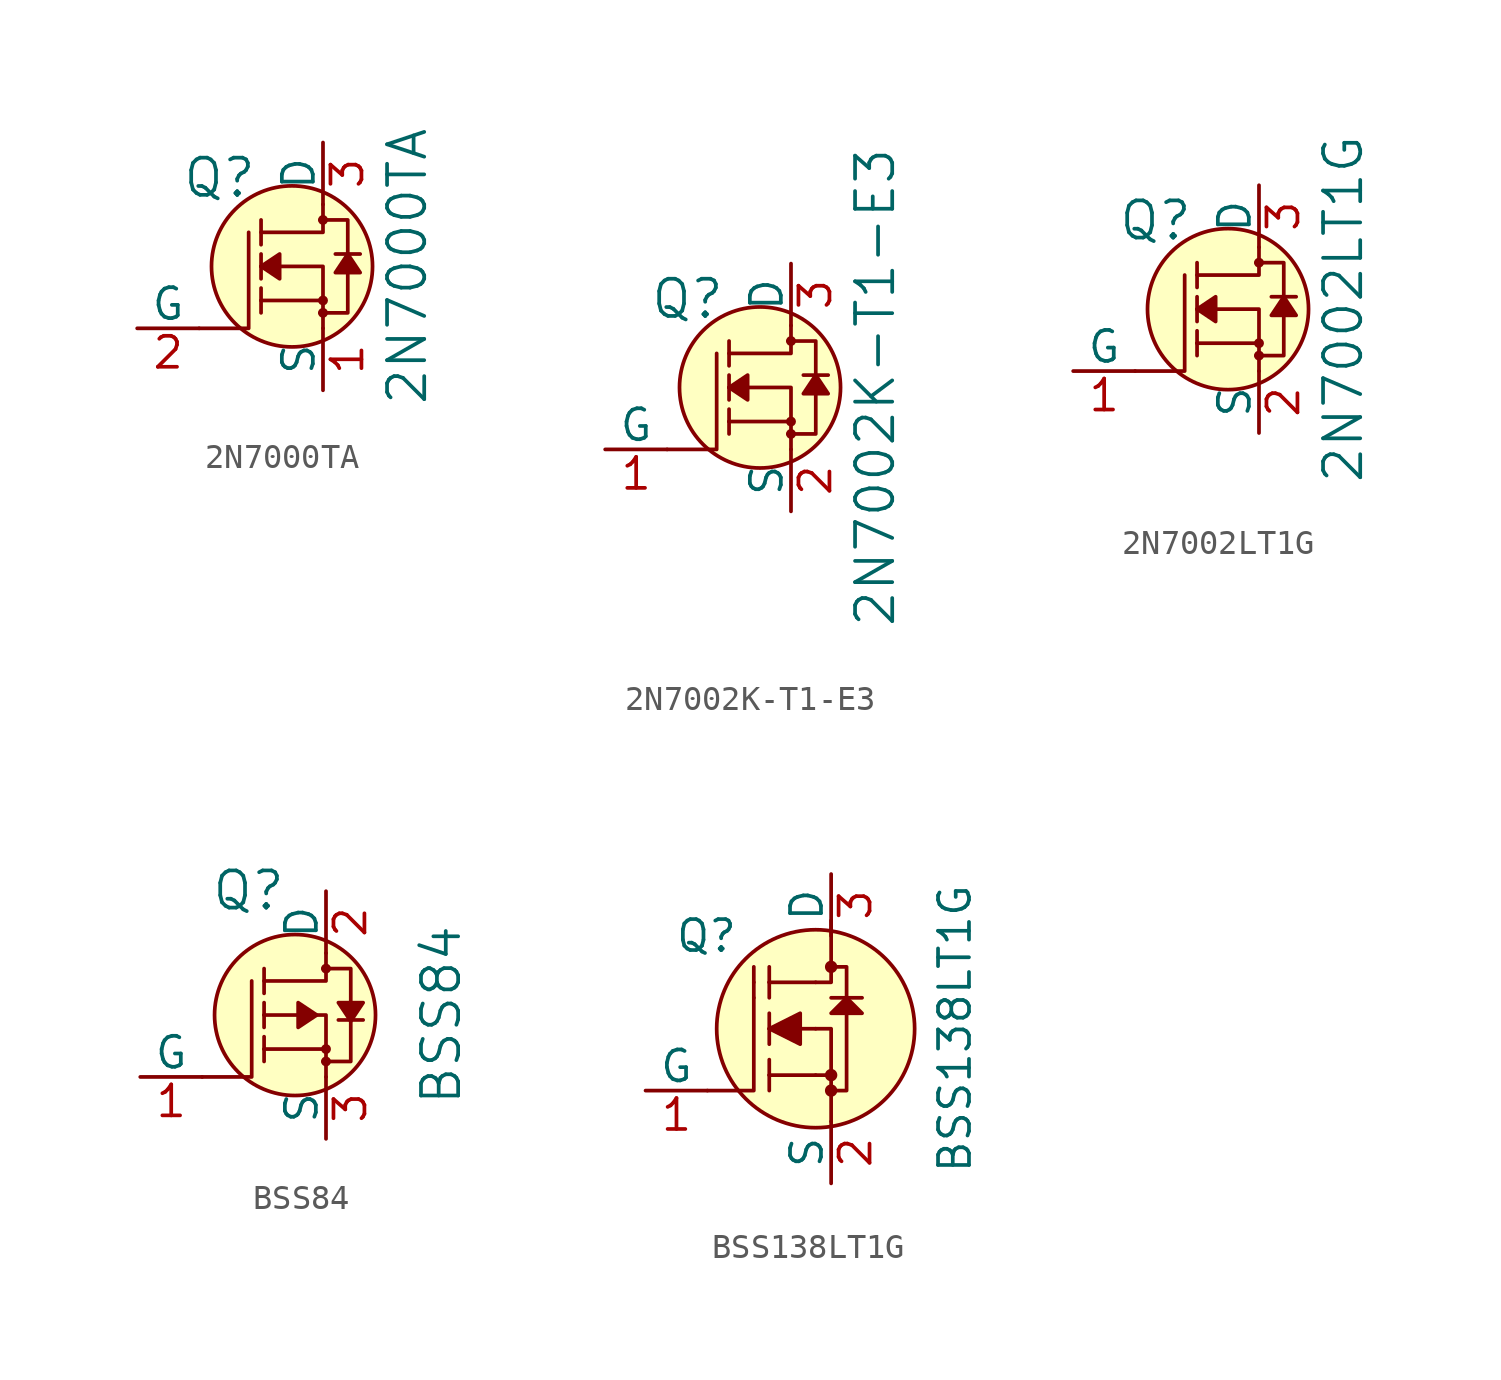
<source format=kicad_sym>
(kicad_symbol_lib
  (version 20231120)
  (generator "kicad_symbol_editor")
  (generator_version "8.0")
  (symbol "2N7000TA"
    (pin_names
      (offset 0))
    (property "Reference" "Q"
      (at -2.692 3.632 0)
      (effects (font (size 1.524 1.524)) (justify right)))
    (property "Value" "2N7000TA"
      (at 3.454 0 90)
      (effects (font (size 1.524 1.524))))
    (symbol "2N7000TA_0_1"
      (circle (center -1.27 0) (radius 3.302) (stroke (width 0) (type default)) (fill (type background)))
      (circle (center 0 -1.905) (radius 0.127) (stroke (width 0) (type default)) (fill (type none)))
      (circle (center 0 -1.397) (radius 0.127) (stroke (width 0) (type default)) (fill (type none)))
      (polyline (pts (xy 0 -1.397) (xy -2.54 -1.397)) (stroke (width 0) (type default)) (fill (type none)))
      (polyline (pts (xy -5.08 -2.54) (xy -3.048 -2.54) (xy -3.048 1.397)) (stroke (width 0) (type default)) (fill (type none)))
      (polyline (pts (xy 0 -2.54) (xy 0 0) (xy -2.54 0)) (stroke (width 0) (type default)) (fill (type none)))
      (polyline (pts (xy 0 2.54) (xy 0 1.397) (xy -2.54 1.397)) (stroke (width 0) (type default)) (fill (type none)))
      (polyline (pts (xy -0.127 -1.905) (xy 1.016 -1.905) (xy 1.016 1.397) (xy 1.016 1.905) (xy -0.127 1.905)) (stroke (width 0) (type default)) (fill (type none)))
      (circle (center 0 1.905) (radius 0.127) (stroke (width 0) (type default)) (fill (type none))))
    (symbol "2N7000TA_1_1"
      (polyline (pts (xy -2.54 -1.397) (xy -2.54 -1.905)) (stroke (width 0) (type default)) (fill (type none)))
      (polyline (pts (xy -2.54 -1.397) (xy -2.54 -0.889)) (stroke (width 0) (type default)) (fill (type none)))
      (polyline (pts (xy -2.54 0) (xy -2.54 -0.508)) (stroke (width 0) (type default)) (fill (type none)))
      (polyline (pts (xy -2.54 0) (xy -2.54 0.508)) (stroke (width 0) (type default)) (fill (type none)))
      (polyline (pts (xy -2.54 1.905) (xy -2.54 0.889)) (stroke (width 0) (type default)) (fill (type none)))
      (polyline (pts (xy 1.524 0.508) (xy 0.508 0.508)) (stroke (width 0) (type default)) (fill (type none)))
      (polyline (pts (xy -2.54 0) (xy -1.778 0.508) (xy -1.778 -0.508) (xy -2.54 0)) (stroke (width 0) (type default)) (fill (type outline)))
      (polyline (pts (xy 1.016 0.508) (xy 0.508 -0.254) (xy 1.524 -0.254) (xy 1.016 0.508)) (stroke (width 0) (type default)) (fill (type outline)))
      (pin bidirectional line (at 0 -5.08 90) (length 2.54) (name "S" (effects (font (size 1.27 1.27)))) (number "1" (effects (font (size 1.27 1.27)))))
      (pin bidirectional line (at -7.62 -2.54 0) (length 2.54) (name "G" (effects (font (size 1.27 1.27)))) (number "2" (effects (font (size 1.27 1.27)))))
      (pin bidirectional line (at 0 5.08 270) (length 2.54) (name "D" (effects (font (size 1.27 1.27)))) (number "3" (effects (font (size 1.27 1.27)))))))
  (symbol "2N7002K-T1-E3"
    (pin_names
      (offset 0))
    (property "Reference" "Q"
      (at -2.692 3.632 0)
      (effects (font (size 1.524 1.524)) (justify right)))
    (property "Value" "2N7002K-T1-E3"
      (at 3.454 0 90)
      (effects (font (size 1.524 1.524))))
    (symbol "2N7002K-T1-E3_0_1"
      (circle (center -1.27 0) (radius 3.302) (stroke (width 0) (type default)) (fill (type background)))
      (circle (center 0 -1.905) (radius 0.127) (stroke (width 0) (type default)) (fill (type none)))
      (circle (center 0 -1.397) (radius 0.127) (stroke (width 0) (type default)) (fill (type none)))
      (polyline (pts (xy 0 -1.397) (xy -2.54 -1.397)) (stroke (width 0) (type default)) (fill (type none)))
      (polyline (pts (xy -5.08 -2.54) (xy -3.048 -2.54) (xy -3.048 1.397)) (stroke (width 0) (type default)) (fill (type none)))
      (polyline (pts (xy 0 -2.54) (xy 0 0) (xy -2.54 0)) (stroke (width 0) (type default)) (fill (type none)))
      (polyline (pts (xy 0 2.54) (xy 0 1.397) (xy -2.54 1.397)) (stroke (width 0) (type default)) (fill (type none)))
      (polyline (pts (xy -0.127 -1.905) (xy 1.016 -1.905) (xy 1.016 1.397) (xy 1.016 1.905) (xy -0.127 1.905)) (stroke (width 0) (type default)) (fill (type none)))
      (circle (center 0 1.905) (radius 0.127) (stroke (width 0) (type default)) (fill (type none))))
    (symbol "2N7002K-T1-E3_1_1"
      (polyline (pts (xy -2.54 -1.397) (xy -2.54 -1.905)) (stroke (width 0) (type default)) (fill (type none)))
      (polyline (pts (xy -2.54 -1.397) (xy -2.54 -0.889)) (stroke (width 0) (type default)) (fill (type none)))
      (polyline (pts (xy -2.54 0) (xy -2.54 -0.508)) (stroke (width 0) (type default)) (fill (type none)))
      (polyline (pts (xy -2.54 0) (xy -2.54 0.508)) (stroke (width 0) (type default)) (fill (type none)))
      (polyline (pts (xy -2.54 1.905) (xy -2.54 0.889)) (stroke (width 0) (type default)) (fill (type none)))
      (polyline (pts (xy 1.524 0.508) (xy 0.508 0.508)) (stroke (width 0) (type default)) (fill (type none)))
      (polyline (pts (xy -2.54 0) (xy -1.778 0.508) (xy -1.778 -0.508) (xy -2.54 0)) (stroke (width 0) (type default)) (fill (type outline)))
      (polyline (pts (xy 1.016 0.508) (xy 0.508 -0.254) (xy 1.524 -0.254) (xy 1.016 0.508)) (stroke (width 0) (type default)) (fill (type outline)))
      (pin bidirectional line (at -7.62 -2.54 0) (length 2.54) (name "G" (effects (font (size 1.27 1.27)))) (number "1" (effects (font (size 1.27 1.27)))))
      (pin bidirectional line (at 0 -5.08 90) (length 2.54) (name "S" (effects (font (size 1.27 1.27)))) (number "2" (effects (font (size 1.27 1.27)))))
      (pin bidirectional line (at 0 5.08 270) (length 2.54) (name "D" (effects (font (size 1.27 1.27)))) (number "3" (effects (font (size 1.27 1.27)))))))
  (symbol "2N7002LT1G"
    (pin_names
      (offset 0))
    (property "Reference" "Q"
      (at -2.692 3.632 0)
      (effects (font (size 1.524 1.524)) (justify right)))
    (property "Value" "2N7002LT1G"
      (at 3.454 0 90)
      (effects (font (size 1.524 1.524))))
    (symbol "2N7002LT1G_0_1"
      (circle (center -1.27 0) (radius 3.302) (stroke (width 0) (type default)) (fill (type background)))
      (circle (center 0 -1.905) (radius 0.127) (stroke (width 0) (type default)) (fill (type none)))
      (circle (center 0 -1.397) (radius 0.127) (stroke (width 0) (type default)) (fill (type none)))
      (polyline (pts (xy 0 -1.397) (xy -2.54 -1.397)) (stroke (width 0) (type default)) (fill (type none)))
      (polyline (pts (xy -5.08 -2.54) (xy -3.048 -2.54) (xy -3.048 1.397)) (stroke (width 0) (type default)) (fill (type none)))
      (polyline (pts (xy 0 -2.54) (xy 0 0) (xy -2.54 0)) (stroke (width 0) (type default)) (fill (type none)))
      (polyline (pts (xy 0 2.54) (xy 0 1.397) (xy -2.54 1.397)) (stroke (width 0) (type default)) (fill (type none)))
      (polyline (pts (xy -0.127 -1.905) (xy 1.016 -1.905) (xy 1.016 1.397) (xy 1.016 1.905) (xy -0.127 1.905)) (stroke (width 0) (type default)) (fill (type none)))
      (circle (center 0 1.905) (radius 0.127) (stroke (width 0) (type default)) (fill (type none))))
    (symbol "2N7002LT1G_1_1"
      (polyline (pts (xy -2.54 -1.397) (xy -2.54 -1.905)) (stroke (width 0) (type default)) (fill (type none)))
      (polyline (pts (xy -2.54 -1.397) (xy -2.54 -0.889)) (stroke (width 0) (type default)) (fill (type none)))
      (polyline (pts (xy -2.54 0) (xy -2.54 -0.508)) (stroke (width 0) (type default)) (fill (type none)))
      (polyline (pts (xy -2.54 0) (xy -2.54 0.508)) (stroke (width 0) (type default)) (fill (type none)))
      (polyline (pts (xy -2.54 1.905) (xy -2.54 0.889)) (stroke (width 0) (type default)) (fill (type none)))
      (polyline (pts (xy 1.524 0.508) (xy 0.508 0.508)) (stroke (width 0) (type default)) (fill (type none)))
      (polyline (pts (xy -2.54 0) (xy -1.778 0.508) (xy -1.778 -0.508) (xy -2.54 0)) (stroke (width 0) (type default)) (fill (type outline)))
      (polyline (pts (xy 1.016 0.508) (xy 0.508 -0.254) (xy 1.524 -0.254) (xy 1.016 0.508)) (stroke (width 0) (type default)) (fill (type outline)))
      (pin bidirectional line (at -7.62 -2.54 0) (length 2.54) (name "G" (effects (font (size 1.27 1.27)))) (number "1" (effects (font (size 1.27 1.27)))))
      (pin bidirectional line (at 0 -5.08 90) (length 2.54) (name "S" (effects (font (size 1.27 1.27)))) (number "2" (effects (font (size 1.27 1.27)))))
      (pin bidirectional line (at 0 5.08 270) (length 2.54) (name "D" (effects (font (size 1.27 1.27)))) (number "3" (effects (font (size 1.27 1.27)))))))
  (symbol "BSS84"
    (pin_names
      (offset 0))
    (property "Reference" "Q"
      (at -1.626 5.105 0)
      (effects (font (size 1.524 1.524)) (justify right)))
    (property "Value" "BSS84"
      (at 4.724 0 90)
      (effects (font (size 1.524 1.524))))
    (symbol "BSS84_0_1"
      (circle (center -1.27 0) (radius 3.302) (stroke (width 0) (type default)) (fill (type background)))
      (circle (center 0 -1.905) (radius 0.127) (stroke (width 0) (type default)) (fill (type none)))
      (circle (center 0 -1.397) (radius 0.127) (stroke (width 0) (type default)) (fill (type none)))
      (polyline (pts (xy 0 -1.397) (xy -2.54 -1.397)) (stroke (width 0) (type default)) (fill (type none)))
      (polyline (pts (xy -5.08 -2.54) (xy -3.048 -2.54) (xy -3.048 1.397)) (stroke (width 0) (type default)) (fill (type none)))
      (polyline (pts (xy 0 -2.54) (xy 0 0) (xy -2.54 0)) (stroke (width 0) (type default)) (fill (type none)))
      (polyline (pts (xy 0 2.54) (xy 0 1.397) (xy -2.54 1.397)) (stroke (width 0) (type default)) (fill (type none)))
      (polyline (pts (xy -0.127 -1.905) (xy 1.016 -1.905) (xy 1.016 1.397) (xy 1.016 1.905) (xy -0.127 1.905)) (stroke (width 0) (type default)) (fill (type none)))
      (circle (center 0 1.905) (radius 0.127) (stroke (width 0) (type default)) (fill (type none))))
    (symbol "BSS84_1_1"
      (polyline (pts (xy -2.54 -1.397) (xy -2.54 -1.905)) (stroke (width 0) (type default)) (fill (type none)))
      (polyline (pts (xy -2.54 -1.397) (xy -2.54 -0.889)) (stroke (width 0) (type default)) (fill (type none)))
      (polyline (pts (xy -2.54 0) (xy -2.54 -0.508)) (stroke (width 0) (type default)) (fill (type none)))
      (polyline (pts (xy -2.54 0) (xy -2.54 0.508)) (stroke (width 0) (type default)) (fill (type none)))
      (polyline (pts (xy -2.54 1.905) (xy -2.54 0.889)) (stroke (width 0) (type default)) (fill (type none)))
      (polyline (pts (xy 1.524 -0.203) (xy 0.508 -0.203)) (stroke (width 0) (type default)) (fill (type none)))
      (polyline (pts (xy -0.381 0) (xy -1.143 0.508) (xy -1.143 -0.508) (xy -0.381 0)) (stroke (width 0) (type default)) (fill (type outline)))
      (polyline (pts (xy 1.016 -0.254) (xy 1.524 0.508) (xy 0.508 0.508) (xy 1.016 -0.254)) (stroke (width 0) (type default)) (fill (type outline)))
      (pin bidirectional line (at -7.62 -2.54 0) (length 2.54) (name "G" (effects (font (size 1.27 1.27)))) (number "1" (effects (font (size 1.27 1.27)))))
      (pin bidirectional line (at 0 5.08 270) (length 2.54) (name "D" (effects (font (size 1.27 1.27)))) (number "2" (effects (font (size 1.27 1.27)))))
      (pin bidirectional line (at 0 -5.08 90) (length 2.54) (name "S" (effects (font (size 1.27 1.27)))) (number "3" (effects (font (size 1.27 1.27)))))))
  (symbol "BSS138LT1G"
    (pin_names
      (offset 0))
    (property "Reference" "Q"
      (at -3.81 3.81 0)
      (effects (font (size 1.27 1.27)) (justify right)))
    (property "Value" "BSS138LT1G"
      (at 5.08 0 90)
      (effects (font (size 1.27 1.27))))
    (symbol "BSS138LT1G_0_1"
      (circle (center 0 -2.54) (radius 0.178) (stroke (width 0) (type default)) (fill (type outline)))
      (circle (center 0 -1.905) (radius 0.178) (stroke (width 0) (type default)) (fill (type outline)))
      (polyline (pts (xy -3.175 1.905) (xy -3.175 1.27)) (stroke (width 0) (type default)) (fill (type none)))
      (polyline (pts (xy -3.175 1.905) (xy -3.175 2.54)) (stroke (width 0) (type default)) (fill (type none)))
      (polyline (pts (xy -2.54 -2.54) (xy -2.54 -1.905)) (stroke (width 0) (type default)) (fill (type none)))
      (polyline (pts (xy -2.54 -1.905) (xy -2.54 -1.27)) (stroke (width 0) (type default)) (fill (type none)))
      (polyline (pts (xy -2.54 -1.905) (xy -0.635 -1.905)) (stroke (width 0) (type default)) (fill (type none)))
      (polyline (pts (xy -2.54 -0.635) (xy -2.54 0)) (stroke (width 0) (type default)) (fill (type none)))
      (polyline (pts (xy -2.54 0) (xy -2.54 0.635)) (stroke (width 0) (type default)) (fill (type none)))
      (polyline (pts (xy -2.54 0) (xy -0.635 0)) (stroke (width 0) (type default)) (fill (type none)))
      (polyline (pts (xy -2.54 1.27) (xy -2.54 1.905)) (stroke (width 0) (type default)) (fill (type none)))
      (polyline (pts (xy -2.54 1.905) (xy -2.54 2.54)) (stroke (width 0) (type default)) (fill (type none)))
      (polyline (pts (xy -2.54 1.905) (xy -0.635 1.905)) (stroke (width 0) (type default)) (fill (type none)))
      (polyline (pts (xy -0.635 -1.905) (xy 0 -1.905)) (stroke (width 0) (type default)) (fill (type none)))
      (polyline (pts (xy 0 1.27) (xy 1.27 1.27)) (stroke (width 0) (type default)) (fill (type none)))
      (polyline (pts (xy -5.08 -2.54) (xy -3.175 -2.54) (xy -3.175 1.27)) (stroke (width 0) (type default)) (fill (type none)))
      (polyline (pts (xy -0.635 0) (xy 0 0) (xy 0 -3.81)) (stroke (width 0) (type default)) (fill (type none)))
      (polyline (pts (xy -0.635 1.905) (xy 0 1.905) (xy 0 4.445)) (stroke (width 0) (type default)) (fill (type none)))
      (polyline (pts (xy -2.54 0) (xy -1.27 -0.635) (xy -1.27 0.635) (xy -2.54 0)) (stroke (width 0) (type default)) (fill (type outline)))
      (polyline (pts (xy 0 2.54) (xy 0.635 2.54) (xy 0.635 -2.54) (xy 0 -2.54)) (stroke (width 0) (type default)) (fill (type none)))
      (polyline (pts (xy 0.635 1.27) (xy 0 0.635) (xy 1.27 0.635) (xy 0.635 1.27)) (stroke (width 0) (type default)) (fill (type outline)))
      (circle (center 0 2.54) (radius 0.178) (stroke (width 0) (type default)) (fill (type outline))))
    (symbol "BSS138LT1G_1_1"
      (circle (center -0.635 0) (radius 4.064) (stroke (width 0) (type default)) (fill (type background)))
      (pin bidirectional line (at -7.62 -2.54 0) (length 2.54) (name "G" (effects (font (size 1.27 1.27)))) (number "1" (effects (font (size 1.27 1.27)))))
      (pin bidirectional line (at 0 -6.35 90) (length 2.54) (name "S" (effects (font (size 1.27 1.27)))) (number "2" (effects (font (size 1.27 1.27)))))
      (pin bidirectional line (at 0 6.35 270) (length 2.54) (name "D" (effects (font (size 1.27 1.27)))) (number "3" (effects (font (size 1.27 1.27))))))))
</source>
